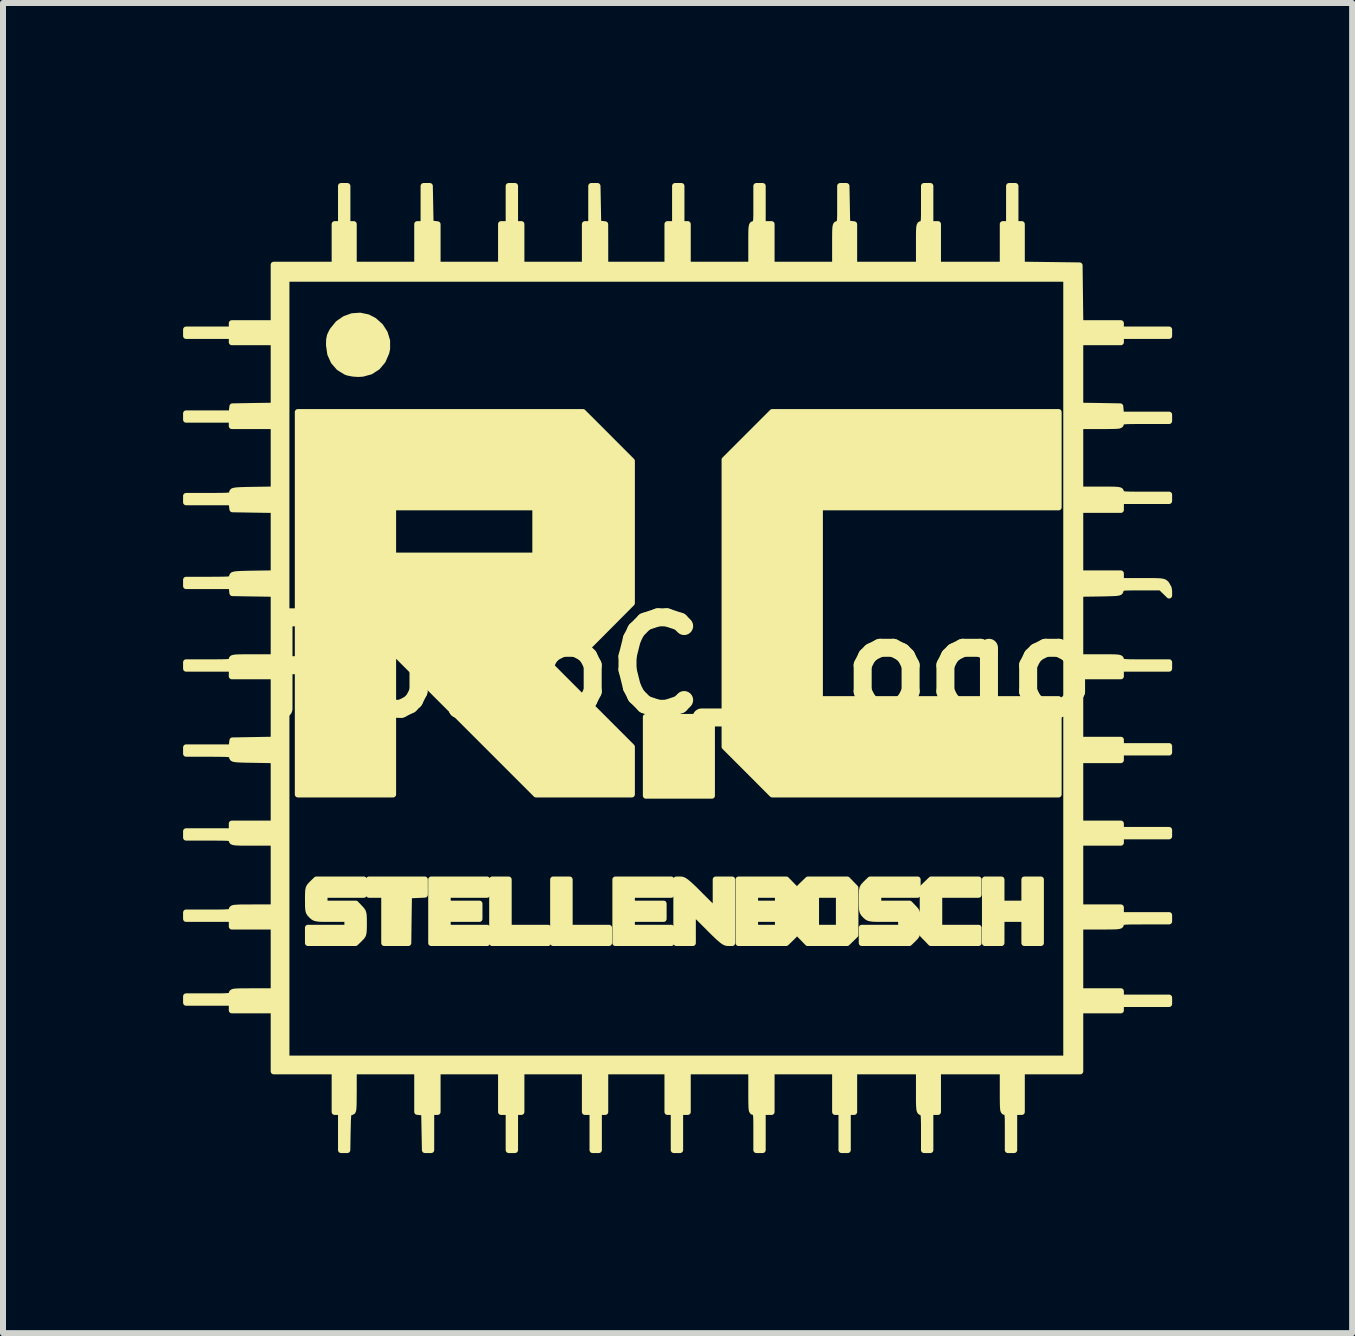
<source format=kicad_pcb>
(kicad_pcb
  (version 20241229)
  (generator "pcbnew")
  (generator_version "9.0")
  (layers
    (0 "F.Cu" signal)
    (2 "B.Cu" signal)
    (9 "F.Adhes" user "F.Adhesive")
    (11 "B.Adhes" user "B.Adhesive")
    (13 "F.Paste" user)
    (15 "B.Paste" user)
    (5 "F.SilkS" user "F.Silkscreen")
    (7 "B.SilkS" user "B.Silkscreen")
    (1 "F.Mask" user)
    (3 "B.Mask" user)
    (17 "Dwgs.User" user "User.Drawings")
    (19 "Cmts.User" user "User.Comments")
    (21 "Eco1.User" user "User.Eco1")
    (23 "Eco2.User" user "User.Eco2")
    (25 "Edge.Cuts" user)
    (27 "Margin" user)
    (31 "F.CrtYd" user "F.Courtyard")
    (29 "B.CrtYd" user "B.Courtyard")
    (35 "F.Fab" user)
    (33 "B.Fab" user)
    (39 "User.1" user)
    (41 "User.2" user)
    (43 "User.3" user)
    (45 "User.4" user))
  (footprint "RoBoC_Logo"
    (layer "F.Cu")
    (at 8.242 8.072)
    (property "Reference" "RoBoC_Logo" (at 0 0 0) (layer "F.SilkS") (effects (font (size 1.524 1.524) (thickness 0.3))))
    (attr through_hole)
    (fp_poly (pts (xy 0.572 2.138) (xy 0.021 2.138) (xy -0.529 2.138) (xy -0.529 1.482) (xy -0.529 0.826) (xy 0.021 0.826) (xy 0.572 0.826) (xy 0.572 1.482) (xy 0.572 2.138)) (stroke (width 0.1) (type solid)) (fill yes) (layer "F.SilkS"))
    (fp_poly (pts (xy -2.159 4.593) (xy -2.625 4.593) (xy -3.09 4.593) (xy -3.09 4.064) (xy -3.09 3.535) (xy -2.953 3.535) (xy -2.815 3.535) (xy -2.815 3.937) (xy -2.815 4.339) (xy -2.487 4.339) (xy -2.159 4.339) (xy -2.159 4.466) (xy -2.159 4.593)) (stroke (width 0.1) (type solid)) (fill yes) (layer "F.SilkS"))
    (fp_poly (pts (xy -1.143 4.593) (xy -1.609 4.593) (xy -2.074 4.593) (xy -2.074 4.064) (xy -2.074 3.535) (xy -1.937 3.535) (xy -1.799 3.535) (xy -1.799 3.937) (xy -1.799 4.339) (xy -1.471 4.339) (xy -1.143 4.339) (xy -1.143 4.466) (xy -1.143 4.593)) (stroke (width 0.1) (type solid)) (fill yes) (layer "F.SilkS"))
    (fp_poly (pts (xy -4.212 3.787) (xy -4.344 3.793) (xy -4.477 3.799) (xy -4.483 4.196) (xy -4.488 4.593) (xy -4.689 4.593) (xy -4.889 4.593) (xy -4.889 4.191) (xy -4.889 3.789) (xy -5.016 3.789) (xy -5.144 3.789) (xy -5.144 3.662) (xy -5.144 3.535) (xy -4.678 3.535) (xy -4.212 3.535) (xy -4.212 3.661) (xy -4.212 3.787)) (stroke (width 0.1) (type solid)) (fill yes) (layer "F.SilkS"))
    (fp_poly (pts (xy 5.016 4.593) (xy 4.618 4.593) (xy 4.22 4.593) (xy 4.153 4.523) (xy 4.085 4.454) (xy 4.085 4.062) (xy 4.085 3.67) (xy 4.155 3.602) (xy 4.225 3.535) (xy 4.621 3.535) (xy 5.016 3.535) (xy 5.016 3.662) (xy 5.016 3.789) (xy 4.688 3.789) (xy 4.36 3.789) (xy 4.36 4.064) (xy 4.36 4.339) (xy 4.688 4.339) (xy 5.016 4.339) (xy 5.016 4.466) (xy 5.016 4.593)) (stroke (width 0.1) (type solid)) (fill yes) (layer "F.SilkS"))
    (fp_poly (pts (xy 6.35 2.117) (xy 3.963 2.117) (xy 1.576 2.117) (xy 1.18 1.72) (xy 0.783 1.323) (xy 0.783 -1.069) (xy 0.783 -3.461) (xy 1.18 -3.858) (xy 1.577 -4.255) (xy 3.964 -4.255) (xy 6.35 -4.255) (xy 6.35 -3.461) (xy 6.35 -2.667) (xy 4.36 -2.667) (xy 2.371 -2.667) (xy 2.371 -1.069) (xy 2.371 0.529) (xy 4.36 0.529) (xy 6.35 0.529) (xy 6.35 1.323) (xy 6.35 2.117)) (stroke (width 0.1) (type solid)) (fill yes) (layer "F.SilkS"))
    (fp_poly (pts (xy -3.175 4.593) (xy -3.641 4.593) (xy -4.106 4.593) (xy -4.106 4.064) (xy -4.106 3.535) (xy -3.641 3.535) (xy -3.175 3.535) (xy -3.175 3.662) (xy -3.175 3.789) (xy -3.503 3.789) (xy -3.831 3.789) (xy -3.831 3.863) (xy -3.831 3.937) (xy -3.567 3.937) (xy -3.302 3.937) (xy -3.302 4.064) (xy -3.302 4.191) (xy -3.567 4.191) (xy -3.831 4.191) (xy -3.831 4.265) (xy -3.831 4.339) (xy -3.503 4.339) (xy -3.175 4.339) (xy -3.175 4.466) (xy -3.175 4.593)) (stroke (width 0.1) (type solid)) (fill yes) (layer "F.SilkS"))
    (fp_poly (pts (xy -0.106 4.593) (xy -0.572 4.593) (xy -1.037 4.593) (xy -1.037 4.064) (xy -1.037 3.535) (xy -0.572 3.535) (xy -0.106 3.535) (xy -0.106 3.662) (xy -0.106 3.789) (xy -0.434 3.789) (xy -0.762 3.789) (xy -0.762 3.863) (xy -0.762 3.937) (xy -0.497 3.937) (xy -0.233 3.937) (xy -0.233 4.064) (xy -0.233 4.191) (xy -0.497 4.191) (xy -0.762 4.191) (xy -0.762 4.265) (xy -0.762 4.339) (xy -0.434 4.339) (xy -0.106 4.339) (xy -0.106 4.466) (xy -0.106 4.593)) (stroke (width 0.1) (type solid)) (fill yes) (layer "F.SilkS"))
    (fp_poly (pts (xy 6.054 4.593) (xy 5.916 4.593) (xy 5.779 4.593) (xy 5.779 4.392) (xy 5.779 4.191) (xy 5.588 4.191) (xy 5.397 4.191) (xy 5.397 4.392) (xy 5.397 4.593) (xy 5.26 4.593) (xy 5.122 4.593) (xy 5.122 4.064) (xy 5.122 3.535) (xy 5.26 3.535) (xy 5.397 3.535) (xy 5.397 3.736) (xy 5.397 3.937) (xy 5.588 3.937) (xy 5.779 3.937) (xy 5.779 3.736) (xy 5.779 3.535) (xy 5.916 3.535) (xy 6.054 3.535) (xy 6.054 4.064) (xy 6.054 4.593)) (stroke (width 0.1) (type solid)) (fill yes) (layer "F.SilkS"))
    (fp_poly (pts (xy 2.963 4.458) (xy 2.894 4.526) (xy 2.824 4.593) (xy 2.688 4.593) (xy 2.688 4.339) (xy 2.688 4.064) (xy 2.688 3.789) (xy 2.498 3.789) (xy 2.307 3.789) (xy 2.307 4.064) (xy 2.307 4.339) (xy 2.498 4.339) (xy 2.688 4.339) (xy 2.688 4.593) (xy 2.496 4.593) (xy 2.167 4.593) (xy 2.1 4.523) (xy 2.032 4.454) (xy 2.032 4.062) (xy 2.032 3.67) (xy 2.102 3.602) (xy 2.172 3.535) (xy 2.5 3.535) (xy 2.828 3.535) (xy 2.896 3.605) (xy 2.963 3.674) (xy 2.963 4.066) (xy 2.963 4.458)) (stroke (width 0.1) (type solid)) (fill yes) (layer "F.SilkS"))
    (fp_poly (pts (xy -4.841 -5.308) (xy -4.855 -5.245) (xy -4.914 -5.11) (xy -5.002 -5.005) (xy -5.114 -4.932) (xy -5.248 -4.895) (xy -5.325 -4.89) (xy -5.408 -4.896) (xy -5.487 -4.911) (xy -5.524 -4.923) (xy -5.643 -4.996) (xy -5.731 -5.097) (xy -5.788 -5.223) (xy -5.809 -5.368) (xy -5.809 -5.378) (xy -5.807 -5.464) (xy -5.794 -5.527) (xy -5.765 -5.589) (xy -5.746 -5.621) (xy -5.657 -5.73) (xy -5.546 -5.807) (xy -5.422 -5.852) (xy -5.291 -5.861) (xy -5.162 -5.834) (xy -5.061 -5.782) (xy -4.954 -5.687) (xy -4.88 -5.572) (xy -4.841 -5.444) (xy -4.841 -5.308)) (stroke (width 0.1) (type solid)) (fill yes) (layer "F.SilkS"))
    (fp_poly (pts (xy 0.91 4.593) (xy 0.842 4.593) (xy 0.813 4.59) (xy 0.781 4.577) (xy 0.742 4.55) (xy 0.689 4.505) (xy 0.618 4.438) (xy 0.524 4.345) (xy 0.514 4.334) (xy 0.254 4.075) (xy 0.254 4.334) (xy 0.254 4.593) (xy 0.116 4.593) (xy -0.021 4.593) (xy -0.021 4.064) (xy -0.021 3.535) (xy 0.047 3.535) (xy 0.076 3.538) (xy 0.108 3.551) (xy 0.147 3.578) (xy 0.2 3.623) (xy 0.271 3.69) (xy 0.365 3.783) (xy 0.375 3.794) (xy 0.635 4.053) (xy 0.635 3.794) (xy 0.635 3.535) (xy 0.773 3.535) (xy 0.91 3.535) (xy 0.91 4.064) (xy 0.91 4.593)) (stroke (width 0.1) (type solid)) (fill yes) (layer "F.SilkS"))
    (fp_poly (pts (xy 1.947 4.458) (xy 1.878 4.526) (xy 1.808 4.593) (xy 1.672 4.593) (xy 1.672 4.339) (xy 1.672 4.265) (xy 1.672 4.191) (xy 1.672 3.937) (xy 1.672 3.863) (xy 1.672 3.789) (xy 1.482 3.789) (xy 1.291 3.789) (xy 1.291 3.863) (xy 1.291 3.937) (xy 1.482 3.937) (xy 1.672 3.937) (xy 1.672 4.191) (xy 1.482 4.191) (xy 1.291 4.191) (xy 1.291 4.265) (xy 1.291 4.339) (xy 1.482 4.339) (xy 1.672 4.339) (xy 1.672 4.593) (xy 1.412 4.593) (xy 1.016 4.593) (xy 1.016 4.064) (xy 1.016 3.535) (xy 1.414 3.535) (xy 1.812 3.535) (xy 1.88 3.605) (xy 1.947 3.674) (xy 1.947 4.066) (xy 1.947 4.458)) (stroke (width 0.1) (type solid)) (fill yes) (layer "F.SilkS"))
    (fp_poly (pts (xy -0.762 2.117) (xy -1.561 2.117) (xy -2.36 2.117) (xy -2.371 2.106) (xy -2.371 -1.863) (xy -2.371 -2.265) (xy -2.371 -2.667) (xy -3.556 -2.667) (xy -4.741 -2.667) (xy -4.741 -2.265) (xy -4.741 -1.863) (xy -3.556 -1.863) (xy -2.371 -1.863) (xy -2.371 2.106) (xy -3.551 0.926) (xy -4.741 -0.264) (xy -4.741 0.926) (xy -4.741 2.117) (xy -5.535 2.117) (xy -6.329 2.117) (xy -6.329 -1.069) (xy -6.329 -4.255) (xy -3.953 -4.255) (xy -1.577 -4.255) (xy -1.169 -3.847) (xy -0.762 -3.439) (xy -0.762 -2.255) (xy -0.762 -1.071) (xy -1.158 -0.673) (xy -1.554 -0.275) (xy -1.957 -0.275) (xy -2.359 -0.275) (xy -1.561 0.525) (xy -0.762 1.324) (xy -0.762 1.72) (xy -0.762 2.117)) (stroke (width 0.1) (type solid)) (fill yes) (layer "F.SilkS"))
    (fp_poly (pts (xy -5.228 4.267) (xy -5.229 4.358) (xy -5.233 4.418) (xy -5.243 4.458) (xy -5.262 4.488) (xy -5.294 4.521) (xy -5.298 4.526) (xy -5.368 4.593) (xy -5.764 4.593) (xy -6.16 4.593) (xy -6.16 4.466) (xy -6.16 4.339) (xy -5.831 4.339) (xy -5.503 4.339) (xy -5.503 4.265) (xy -5.503 4.191) (xy -5.772 4.191) (xy -5.883 4.191) (xy -5.961 4.189) (xy -6.012 4.183) (xy -6.047 4.174) (xy -6.074 4.158) (xy -6.1 4.135) (xy -6.1 4.134) (xy -6.128 4.105) (xy -6.145 4.077) (xy -6.155 4.038) (xy -6.159 3.978) (xy -6.159 3.887) (xy -6.16 3.874) (xy -6.159 3.779) (xy -6.156 3.717) (xy -6.147 3.675) (xy -6.13 3.645) (xy -6.102 3.615) (xy -6.09 3.602) (xy -6.02 3.535) (xy -5.624 3.535) (xy -5.228 3.535) (xy -5.228 3.662) (xy -5.228 3.789) (xy -5.556 3.789) (xy -5.884 3.789) (xy -5.884 3.863) (xy -5.884 3.937) (xy -5.624 3.937) (xy -5.363 3.937) (xy -5.296 4.007) (xy -5.264 4.042) (xy -5.244 4.074) (xy -5.233 4.114) (xy -5.229 4.173) (xy -5.228 4.263) (xy -5.228 4.267)) (stroke (width 0.1) (type solid)) (fill yes) (layer "F.SilkS"))
    (fp_poly (pts (xy 4 4.267) (xy 4 4.358) (xy 3.996 4.418) (xy 3.986 4.458) (xy 3.967 4.488) (xy 3.935 4.521) (xy 3.931 4.526) (xy 3.861 4.593) (xy 3.465 4.593) (xy 3.069 4.593) (xy 3.069 4.466) (xy 3.069 4.339) (xy 3.397 4.339) (xy 3.725 4.339) (xy 3.725 4.265) (xy 3.725 4.191) (xy 3.457 4.191) (xy 3.345 4.191) (xy 3.268 4.189) (xy 3.216 4.183) (xy 3.181 4.174) (xy 3.155 4.158) (xy 3.129 4.135) (xy 3.129 4.134) (xy 3.101 4.105) (xy 3.084 4.077) (xy 3.074 4.038) (xy 3.07 3.978) (xy 3.069 3.887) (xy 3.069 3.874) (xy 3.07 3.779) (xy 3.073 3.717) (xy 3.082 3.675) (xy 3.099 3.645) (xy 3.127 3.615) (xy 3.139 3.602) (xy 3.209 3.535) (xy 3.605 3.535) (xy 4 3.535) (xy 4 3.662) (xy 4 3.789) (xy 3.672 3.789) (xy 3.344 3.789) (xy 3.344 3.863) (xy 3.344 3.937) (xy 3.605 3.937) (xy 3.865 3.937) (xy 3.933 4.007) (xy 3.965 4.042) (xy 3.985 4.074) (xy 3.996 4.114) (xy 4 4.173) (xy 4 4.263) (xy 4 4.267)) (stroke (width 0.1) (type solid)) (fill yes) (layer "F.SilkS"))
    (fp_poly (pts (xy 8.191 5.609) (xy 7.789 5.609) (xy 7.387 5.609) (xy 7.387 5.662) (xy 7.387 5.715) (xy 7.048 5.715) (xy 6.71 5.715) (xy 6.71 6.223) (xy 6.71 6.731) (xy 6.477 6.731) (xy 6.477 6.519) (xy 6.477 0.021) (xy 6.477 -6.477) (xy -0.021 -6.477) (xy -6.519 -6.477) (xy -6.519 0.021) (xy -6.519 6.519) (xy -0.021 6.519) (xy 6.477 6.519) (xy 6.477 6.731) (xy 6.223 6.731) (xy 5.736 6.731) (xy 5.736 7.07) (xy 5.736 7.408) (xy 5.673 7.408) (xy 5.609 7.408) (xy 5.609 7.726) (xy 5.609 8.043) (xy 5.556 8.043) (xy 5.503 8.043) (xy 5.503 7.726) (xy 5.503 7.604) (xy 5.502 7.518) (xy 5.498 7.462) (xy 5.492 7.429) (xy 5.482 7.413) (xy 5.468 7.409) (xy 5.461 7.408) (xy 5.445 7.406) (xy 5.434 7.396) (xy 5.426 7.372) (xy 5.422 7.328) (xy 5.42 7.257) (xy 5.419 7.154) (xy 5.419 7.07) (xy 5.419 6.731) (xy 4.879 6.731) (xy 4.339 6.731) (xy 4.339 7.07) (xy 4.339 7.408) (xy 4.276 7.408) (xy 4.212 7.408) (xy 4.212 7.726) (xy 4.212 8.043) (xy 4.159 8.043) (xy 4.106 8.043) (xy 4.106 7.734) (xy 4.106 7.614) (xy 4.104 7.529) (xy 4.101 7.474) (xy 4.094 7.441) (xy 4.083 7.423) (xy 4.068 7.416) (xy 4.064 7.414) (xy 4.048 7.408) (xy 4.037 7.394) (xy 4.029 7.367) (xy 4.025 7.319) (xy 4.022 7.245) (xy 4.022 7.138) (xy 4.022 7.067) (xy 4.022 6.731) (xy 3.482 6.731) (xy 2.942 6.731) (xy 2.942 7.07) (xy 2.942 7.408) (xy 2.889 7.408) (xy 2.836 7.408) (xy 2.836 7.726) (xy 2.836 8.043) (xy 2.783 8.043) (xy 2.731 8.043) (xy 2.731 7.726) (xy 2.731 7.408) (xy 2.678 7.408) (xy 2.625 7.408) (xy 2.625 7.07) (xy 2.625 6.731) (xy 2.095 6.731) (xy 1.566 6.731) (xy 1.566 7.07) (xy 1.566 7.408) (xy 1.492 7.408) (xy 1.418 7.408) (xy 1.418 7.726) (xy 1.418 8.043) (xy 1.365 8.043) (xy 1.312 8.043) (xy 1.312 7.726) (xy 1.312 7.604) (xy 1.311 7.518) (xy 1.307 7.462) (xy 1.301 7.429) (xy 1.291 7.413) (xy 1.277 7.409) (xy 1.27 7.408) (xy 1.254 7.406) (xy 1.243 7.396) (xy 1.235 7.372) (xy 1.231 7.328) (xy 1.229 7.257) (xy 1.228 7.154) (xy 1.228 7.07) (xy 1.228 6.731) (xy 0.699 6.731) (xy 0.169 6.731) (xy 0.169 7.07) (xy 0.169 7.408) (xy 0.106 7.408) (xy 0.042 7.408) (xy 0.042 7.726) (xy 0.042 8.043) (xy -0.011 8.043) (xy -0.064 8.043) (xy -0.064 7.726) (xy -0.064 7.408) (xy -0.116 7.408) (xy -0.169 7.408) (xy -0.169 7.07) (xy -0.169 6.731) (xy -0.688 6.731) (xy -1.206 6.731) (xy -1.206 7.07) (xy -1.206 7.408) (xy -1.259 7.408) (xy -1.312 7.408) (xy -1.312 7.726) (xy -1.312 8.043) (xy -1.365 8.043) (xy -1.418 8.043) (xy -1.418 7.726) (xy -1.418 7.408) (xy -1.482 7.408) (xy -1.545 7.408) (xy -1.545 7.07) (xy -1.545 6.731) (xy -2.074 6.731) (xy -2.603 6.731) (xy -2.603 7.07) (xy -2.603 7.408) (xy -2.656 7.408) (xy -2.709 7.408) (xy -2.709 7.726) (xy -2.709 8.043) (xy -2.762 8.043) (xy -2.815 8.043) (xy -2.815 7.726) (xy -2.815 7.408) (xy -2.879 7.408) (xy -2.942 7.408) (xy -2.942 7.07) (xy -2.942 6.731) (xy -3.471 6.731) (xy -4 6.731) (xy -4 7.07) (xy -4 7.408) (xy -4.053 7.408) (xy -4.106 7.408) (xy -4.106 7.726) (xy -4.106 8.043) (xy -4.159 8.043) (xy -4.211 8.043) (xy -4.217 7.731) (xy -4.223 7.419) (xy -4.281 7.412) (xy -4.339 7.406) (xy -4.339 7.068) (xy -4.339 6.731) (xy -4.868 6.731) (xy -5.397 6.731) (xy -5.397 7.068) (xy -5.398 7.194) (xy -5.399 7.285) (xy -5.402 7.345) (xy -5.407 7.382) (xy -5.416 7.401) (xy -5.43 7.409) (xy -5.445 7.412) (xy -5.464 7.416) (xy -5.477 7.427) (xy -5.486 7.451) (xy -5.491 7.494) (xy -5.495 7.563) (xy -5.497 7.665) (xy -5.499 7.731) (xy -5.504 8.043) (xy -5.557 8.043) (xy -5.609 8.043) (xy -5.609 7.726) (xy -5.609 7.408) (xy -5.662 7.408) (xy -5.715 7.408) (xy -5.715 7.07) (xy -5.715 6.731) (xy -6.223 6.731) (xy -6.731 6.731) (xy -6.731 6.223) (xy -6.731 5.715) (xy -7.08 5.715) (xy -7.429 5.715) (xy -7.429 5.652) (xy -7.429 5.588) (xy -7.811 5.588) (xy -8.191 5.588) (xy -8.191 5.535) (xy -8.191 5.482) (xy -7.811 5.482) (xy -7.675 5.482) (xy -7.576 5.481) (xy -7.508 5.478) (xy -7.465 5.474) (xy -7.442 5.467) (xy -7.432 5.456) (xy -7.43 5.441) (xy -7.429 5.44) (xy -7.428 5.424) (xy -7.418 5.413) (xy -7.394 5.405) (xy -7.351 5.401) (xy -7.281 5.398) (xy -7.18 5.398) (xy -7.08 5.397) (xy -6.731 5.397) (xy -6.731 4.858) (xy -6.731 4.318) (xy -7.08 4.318) (xy -7.429 4.318) (xy -7.429 4.255) (xy -7.429 4.191) (xy -7.811 4.191) (xy -8.191 4.191) (xy -8.191 4.138) (xy -8.191 4.085) (xy -7.811 4.085) (xy -7.675 4.085) (xy -7.576 4.084) (xy -7.508 4.081) (xy -7.465 4.077) (xy -7.442 4.07) (xy -7.432 4.059) (xy -7.43 4.044) (xy -7.429 4.043) (xy -7.428 4.027) (xy -7.418 4.016) (xy -7.394 4.008) (xy -7.351 4.004) (xy -7.281 4.001) (xy -7.18 4.001) (xy -7.08 4) (xy -6.731 4) (xy -6.731 3.461) (xy -6.731 2.921) (xy -7.08 2.921) (xy -7.209 2.921) (xy -7.302 2.92) (xy -7.364 2.917) (xy -7.402 2.911) (xy -7.421 2.903) (xy -7.429 2.891) (xy -7.429 2.879) (xy -7.431 2.864) (xy -7.441 2.853) (xy -7.463 2.845) (xy -7.504 2.84) (xy -7.57 2.838) (xy -7.667 2.837) (xy -7.8 2.836) (xy -7.811 2.836) (xy -8.191 2.836) (xy -8.191 2.783) (xy -8.191 2.731) (xy -7.811 2.731) (xy -7.429 2.731) (xy -7.429 2.667) (xy -7.429 2.603) (xy -7.08 2.603) (xy -6.731 2.603) (xy -6.731 2.075) (xy -6.731 1.546) (xy -7.075 1.54) (xy -7.203 1.538) (xy -7.294 1.535) (xy -7.356 1.531) (xy -7.394 1.525) (xy -7.414 1.516) (xy -7.423 1.503) (xy -7.426 1.487) (xy -7.429 1.47) (xy -7.438 1.458) (xy -7.458 1.449) (xy -7.495 1.444) (xy -7.555 1.441) (xy -7.644 1.44) (xy -7.768 1.439) (xy -7.812 1.439) (xy -8.191 1.439) (xy -8.191 1.386) (xy -8.191 1.333) (xy -7.812 1.333) (xy -7.432 1.333) (xy -7.426 1.275) (xy -7.419 1.217) (xy -7.075 1.211) (xy -6.731 1.205) (xy -6.731 0.677) (xy -6.731 0.148) (xy -7.08 0.148) (xy -7.429 0.148) (xy -7.429 0.085) (xy -7.429 0.021) (xy -7.811 0.021) (xy -8.191 0.021) (xy -8.191 -0.032) (xy -8.191 -0.085) (xy -7.811 -0.085) (xy -7.675 -0.085) (xy -7.576 -0.086) (xy -7.508 -0.088) (xy -7.465 -0.093) (xy -7.442 -0.1) (xy -7.432 -0.111) (xy -7.43 -0.126) (xy -7.429 -0.127) (xy -7.428 -0.143) (xy -7.418 -0.154) (xy -7.394 -0.161) (xy -7.351 -0.166) (xy -7.281 -0.168) (xy -7.18 -0.169) (xy -7.08 -0.169) (xy -6.731 -0.169) (xy -6.731 -0.698) (xy -6.731 -1.227) (xy -7.075 -1.232) (xy -7.419 -1.238) (xy -7.426 -1.296) (xy -7.432 -1.355) (xy -7.812 -1.355) (xy -8.191 -1.355) (xy -8.191 -1.408) (xy -8.191 -1.46) (xy -7.812 -1.46) (xy -7.677 -1.461) (xy -7.578 -1.462) (xy -7.51 -1.464) (xy -7.467 -1.468) (xy -7.442 -1.476) (xy -7.431 -1.487) (xy -7.426 -1.503) (xy -7.426 -1.508) (xy -7.422 -1.526) (xy -7.412 -1.539) (xy -7.39 -1.547) (xy -7.349 -1.553) (xy -7.284 -1.557) (xy -7.188 -1.56) (xy -7.075 -1.562) (xy -6.731 -1.567) (xy -6.731 -2.095) (xy -6.731 -2.624) (xy -7.075 -2.629) (xy -7.419 -2.635) (xy -7.426 -2.693) (xy -7.432 -2.752) (xy -7.812 -2.752) (xy -8.191 -2.752) (xy -8.191 -2.805) (xy -8.191 -2.857) (xy -7.812 -2.857) (xy -7.677 -2.858) (xy -7.578 -2.859) (xy -7.51 -2.861) (xy -7.467 -2.865) (xy -7.442 -2.873) (xy -7.431 -2.884) (xy -7.426 -2.9) (xy -7.426 -2.905) (xy -7.422 -2.923) (xy -7.412 -2.936) (xy -7.39 -2.944) (xy -7.349 -2.95) (xy -7.284 -2.954) (xy -7.188 -2.957) (xy -7.075 -2.959) (xy -6.731 -2.964) (xy -6.731 -3.493) (xy -6.731 -4.022) (xy -7.08 -4.022) (xy -7.429 -4.022) (xy -7.429 -4.075) (xy -7.429 -4.128) (xy -7.811 -4.128) (xy -8.191 -4.128) (xy -8.191 -4.18) (xy -8.191 -4.233) (xy -7.812 -4.233) (xy -7.432 -4.233) (xy -7.426 -4.292) (xy -7.419 -4.35) (xy -7.075 -4.356) (xy -6.731 -4.361) (xy -6.731 -4.89) (xy -6.731 -5.419) (xy -7.08 -5.419) (xy -7.429 -5.419) (xy -7.429 -5.472) (xy -7.429 -5.524) (xy -7.811 -5.524) (xy -8.191 -5.524) (xy -8.191 -5.577) (xy -8.191 -5.63) (xy -7.811 -5.63) (xy -7.429 -5.63) (xy -7.429 -5.683) (xy -7.429 -5.736) (xy -7.08 -5.736) (xy -6.731 -5.736) (xy -6.731 -6.223) (xy -6.731 -6.71) (xy -6.223 -6.71) (xy -5.715 -6.71) (xy -5.715 -7.048) (xy -5.715 -7.387) (xy -5.662 -7.387) (xy -5.609 -7.387) (xy -5.609 -7.705) (xy -5.609 -8.022) (xy -5.556 -8.022) (xy -5.503 -8.022) (xy -5.503 -7.705) (xy -5.503 -7.387) (xy -5.45 -7.387) (xy -5.397 -7.387) (xy -5.397 -7.048) (xy -5.397 -6.71) (xy -4.868 -6.71) (xy -4.339 -6.71) (xy -4.339 -7.048) (xy -4.339 -7.387) (xy -4.286 -7.387) (xy -4.233 -7.387) (xy -4.233 -7.705) (xy -4.233 -8.022) (xy -4.181 -8.022) (xy -4.129 -8.022) (xy -4.123 -7.71) (xy -4.117 -7.398) (xy -4.059 -7.391) (xy -4 -7.384) (xy -4 -7.047) (xy -4 -6.71) (xy -3.471 -6.71) (xy -2.942 -6.71) (xy -2.942 -7.048) (xy -2.942 -7.387) (xy -2.879 -7.387) (xy -2.815 -7.387) (xy -2.815 -7.705) (xy -2.815 -8.022) (xy -2.762 -8.022) (xy -2.709 -8.022) (xy -2.709 -7.705) (xy -2.709 -7.387) (xy -2.656 -7.387) (xy -2.603 -7.387) (xy -2.603 -7.048) (xy -2.603 -6.71) (xy -2.074 -6.71) (xy -1.545 -6.71) (xy -1.545 -7.048) (xy -1.545 -7.387) (xy -1.492 -7.387) (xy -1.439 -7.387) (xy -1.439 -7.705) (xy -1.439 -8.022) (xy -1.387 -8.022) (xy -1.335 -8.022) (xy -1.329 -7.71) (xy -1.323 -7.398) (xy -1.265 -7.391) (xy -1.207 -7.384) (xy -1.206 -7.047) (xy -1.206 -6.71) (xy -0.688 -6.71) (xy -0.169 -6.71) (xy -0.169 -7.048) (xy -0.169 -7.387) (xy -0.106 -7.387) (xy -0.042 -7.387) (xy -0.042 -7.705) (xy -0.042 -8.022) (xy 0.011 -8.022) (xy 0.064 -8.022) (xy 0.064 -7.705) (xy 0.064 -7.387) (xy 0.116 -7.387) (xy 0.169 -7.387) (xy 0.169 -7.048) (xy 0.169 -6.71) (xy 0.699 -6.71) (xy 1.228 -6.71) (xy 1.228 -7.048) (xy 1.228 -7.175) (xy 1.229 -7.266) (xy 1.232 -7.326) (xy 1.238 -7.362) (xy 1.247 -7.38) (xy 1.259 -7.387) (xy 1.27 -7.387) (xy 1.286 -7.389) (xy 1.298 -7.4) (xy 1.305 -7.425) (xy 1.31 -7.471) (xy 1.312 -7.544) (xy 1.312 -7.651) (xy 1.312 -7.705) (xy 1.312 -8.022) (xy 1.365 -8.022) (xy 1.418 -8.022) (xy 1.418 -7.705) (xy 1.418 -7.387) (xy 1.492 -7.387) (xy 1.566 -7.387) (xy 1.566 -7.048) (xy 1.566 -6.71) (xy 2.095 -6.71) (xy 2.625 -6.71) (xy 2.625 -7.048) (xy 2.625 -7.175) (xy 2.626 -7.266) (xy 2.629 -7.326) (xy 2.635 -7.362) (xy 2.644 -7.38) (xy 2.656 -7.387) (xy 2.667 -7.387) (xy 2.683 -7.389) (xy 2.695 -7.4) (xy 2.702 -7.425) (xy 2.707 -7.471) (xy 2.709 -7.544) (xy 2.709 -7.651) (xy 2.709 -7.705) (xy 2.709 -8.022) (xy 2.762 -8.022) (xy 2.814 -8.022) (xy 2.82 -7.71) (xy 2.826 -7.398) (xy 2.884 -7.391) (xy 2.942 -7.384) (xy 2.942 -7.047) (xy 2.942 -6.71) (xy 3.482 -6.71) (xy 4.022 -6.71) (xy 4.022 -7.048) (xy 4.022 -7.175) (xy 4.023 -7.266) (xy 4.026 -7.326) (xy 4.032 -7.362) (xy 4.041 -7.38) (xy 4.053 -7.387) (xy 4.064 -7.387) (xy 4.08 -7.389) (xy 4.092 -7.4) (xy 4.099 -7.425) (xy 4.104 -7.471) (xy 4.106 -7.544) (xy 4.106 -7.651) (xy 4.106 -7.705) (xy 4.106 -8.022) (xy 4.159 -8.022) (xy 4.212 -8.022) (xy 4.212 -7.705) (xy 4.212 -7.387) (xy 4.276 -7.387) (xy 4.339 -7.387) (xy 4.339 -7.048) (xy 4.339 -6.71) (xy 4.879 -6.71) (xy 5.419 -6.71) (xy 5.419 -7.048) (xy 5.419 -7.387) (xy 5.472 -7.387) (xy 5.524 -7.387) (xy 5.524 -7.705) (xy 5.524 -8.022) (xy 5.577 -8.022) (xy 5.63 -8.022) (xy 5.63 -7.705) (xy 5.63 -7.387) (xy 5.683 -7.387) (xy 5.736 -7.387) (xy 5.736 -7.049) (xy 5.736 -6.711) (xy 6.218 -6.705) (xy 6.699 -6.699) (xy 6.705 -6.218) (xy 6.711 -5.736) (xy 7.049 -5.736) (xy 7.387 -5.736) (xy 7.387 -5.683) (xy 7.387 -5.63) (xy 7.789 -5.63) (xy 8.191 -5.63) (xy 8.191 -5.577) (xy 8.191 -5.524) (xy 7.789 -5.524) (xy 7.387 -5.524) (xy 7.387 -5.472) (xy 7.387 -5.419) (xy 7.048 -5.419) (xy 6.71 -5.419) (xy 6.71 -4.89) (xy 6.71 -4.361) (xy 7.043 -4.356) (xy 7.377 -4.35) (xy 7.383 -4.281) (xy 7.39 -4.212) (xy 7.791 -4.212) (xy 8.191 -4.212) (xy 8.191 -4.159) (xy 8.191 -4.106) (xy 7.789 -4.106) (xy 7.65 -4.106) (xy 7.547 -4.105) (xy 7.475 -4.103) (xy 7.429 -4.099) (xy 7.402 -4.092) (xy 7.39 -4.082) (xy 7.387 -4.069) (xy 7.387 -4.064) (xy 7.385 -4.048) (xy 7.375 -4.037) (xy 7.351 -4.029) (xy 7.307 -4.025) (xy 7.236 -4.023) (xy 7.133 -4.022) (xy 7.048 -4.022) (xy 6.71 -4.022) (xy 6.71 -3.493) (xy 6.71 -2.963) (xy 7.048 -2.963) (xy 7.175 -2.963) (xy 7.266 -2.962) (xy 7.326 -2.959) (xy 7.362 -2.953) (xy 7.38 -2.944) (xy 7.387 -2.932) (xy 7.387 -2.921) (xy 7.389 -2.906) (xy 7.398 -2.895) (xy 7.42 -2.888) (xy 7.46 -2.883) (xy 7.524 -2.88) (xy 7.617 -2.879) (xy 7.746 -2.879) (xy 7.789 -2.879) (xy 8.191 -2.879) (xy 8.191 -2.826) (xy 8.191 -2.773) (xy 7.789 -2.773) (xy 7.387 -2.773) (xy 7.387 -2.699) (xy 7.387 -2.625) (xy 7.048 -2.625) (xy 6.71 -2.625) (xy 6.71 -2.095) (xy 6.71 -1.566) (xy 7.048 -1.566) (xy 7.387 -1.566) (xy 7.387 -1.503) (xy 7.387 -1.439) (xy 7.743 -1.439) (xy 7.874 -1.439) (xy 7.969 -1.438) (xy 8.036 -1.435) (xy 8.08 -1.429) (xy 8.109 -1.42) (xy 8.129 -1.406) (xy 8.145 -1.39) (xy 8.184 -1.321) (xy 8.191 -1.27) (xy 8.191 -1.198) (xy 8.122 -1.266) (xy 8.052 -1.333) (xy 7.721 -1.333) (xy 7.596 -1.333) (xy 7.507 -1.332) (xy 7.448 -1.329) (xy 7.412 -1.323) (xy 7.394 -1.314) (xy 7.386 -1.3) (xy 7.383 -1.286) (xy 7.379 -1.268) (xy 7.369 -1.255) (xy 7.347 -1.246) (xy 7.305 -1.24) (xy 7.239 -1.237) (xy 7.141 -1.234) (xy 7.043 -1.232) (xy 6.71 -1.227) (xy 6.71 -0.698) (xy 6.71 -0.169) (xy 7.048 -0.169) (xy 7.175 -0.169) (xy 7.266 -0.168) (xy 7.326 -0.165) (xy 7.362 -0.159) (xy 7.38 -0.15) (xy 7.387 -0.138) (xy 7.387 -0.127) (xy 7.389 -0.112) (xy 7.398 -0.101) (xy 7.42 -0.094) (xy 7.46 -0.089) (xy 7.524 -0.086) (xy 7.617 -0.085) (xy 7.746 -0.085) (xy 7.789 -0.085) (xy 8.191 -0.085) (xy 8.191 -0.032) (xy 8.191 0.021) (xy 7.789 0.021) (xy 7.387 0.021) (xy 7.387 0.085) (xy 7.387 0.148) (xy 7.048 0.148) (xy 6.71 0.148) (xy 6.71 0.677) (xy 6.71 1.206) (xy 7.048 1.206) (xy 7.387 1.206) (xy 7.387 1.259) (xy 7.387 1.312) (xy 7.789 1.312) (xy 8.191 1.312) (xy 8.191 1.365) (xy 8.191 1.418) (xy 7.789 1.418) (xy 7.387 1.418) (xy 7.387 1.482) (xy 7.387 1.545) (xy 7.048 1.545) (xy 6.71 1.545) (xy 6.71 2.074) (xy 6.71 2.603) (xy 7.048 2.603) (xy 7.387 2.603) (xy 7.387 2.656) (xy 7.387 2.709) (xy 7.789 2.709) (xy 8.191 2.709) (xy 8.191 2.762) (xy 8.191 2.815) (xy 7.789 2.815) (xy 7.387 2.815) (xy 7.387 2.868) (xy 7.387 2.921) (xy 7.048 2.921) (xy 6.71 2.921) (xy 6.71 3.461) (xy 6.71 4) (xy 7.048 4) (xy 7.387 4) (xy 7.387 4.064) (xy 7.387 4.128) (xy 7.789 4.128) (xy 8.191 4.128) (xy 8.191 4.18) (xy 8.191 4.233) (xy 7.789 4.233) (xy 7.65 4.234) (xy 7.547 4.234) (xy 7.475 4.237) (xy 7.429 4.241) (xy 7.402 4.248) (xy 7.39 4.258) (xy 7.387 4.271) (xy 7.387 4.276) (xy 7.385 4.291) (xy 7.375 4.303) (xy 7.351 4.31) (xy 7.307 4.315) (xy 7.236 4.317) (xy 7.133 4.318) (xy 7.048 4.318) (xy 6.71 4.318) (xy 6.71 4.858) (xy 6.71 5.397) (xy 7.048 5.397) (xy 7.387 5.397) (xy 7.387 5.45) (xy 7.387 5.503) (xy 7.789 5.503) (xy 8.191 5.503) (xy 8.191 5.556) (xy 8.191 5.609)) (stroke (width 0.1) (type solid)) (fill yes) (layer "F.SilkS")))
  (gr_rect
    (start -3 -3)
    (end 19.483 19.166)
    (stroke (width 0.1) (type default))
    (fill no)
    (layer "Edge.Cuts")))
</source>
